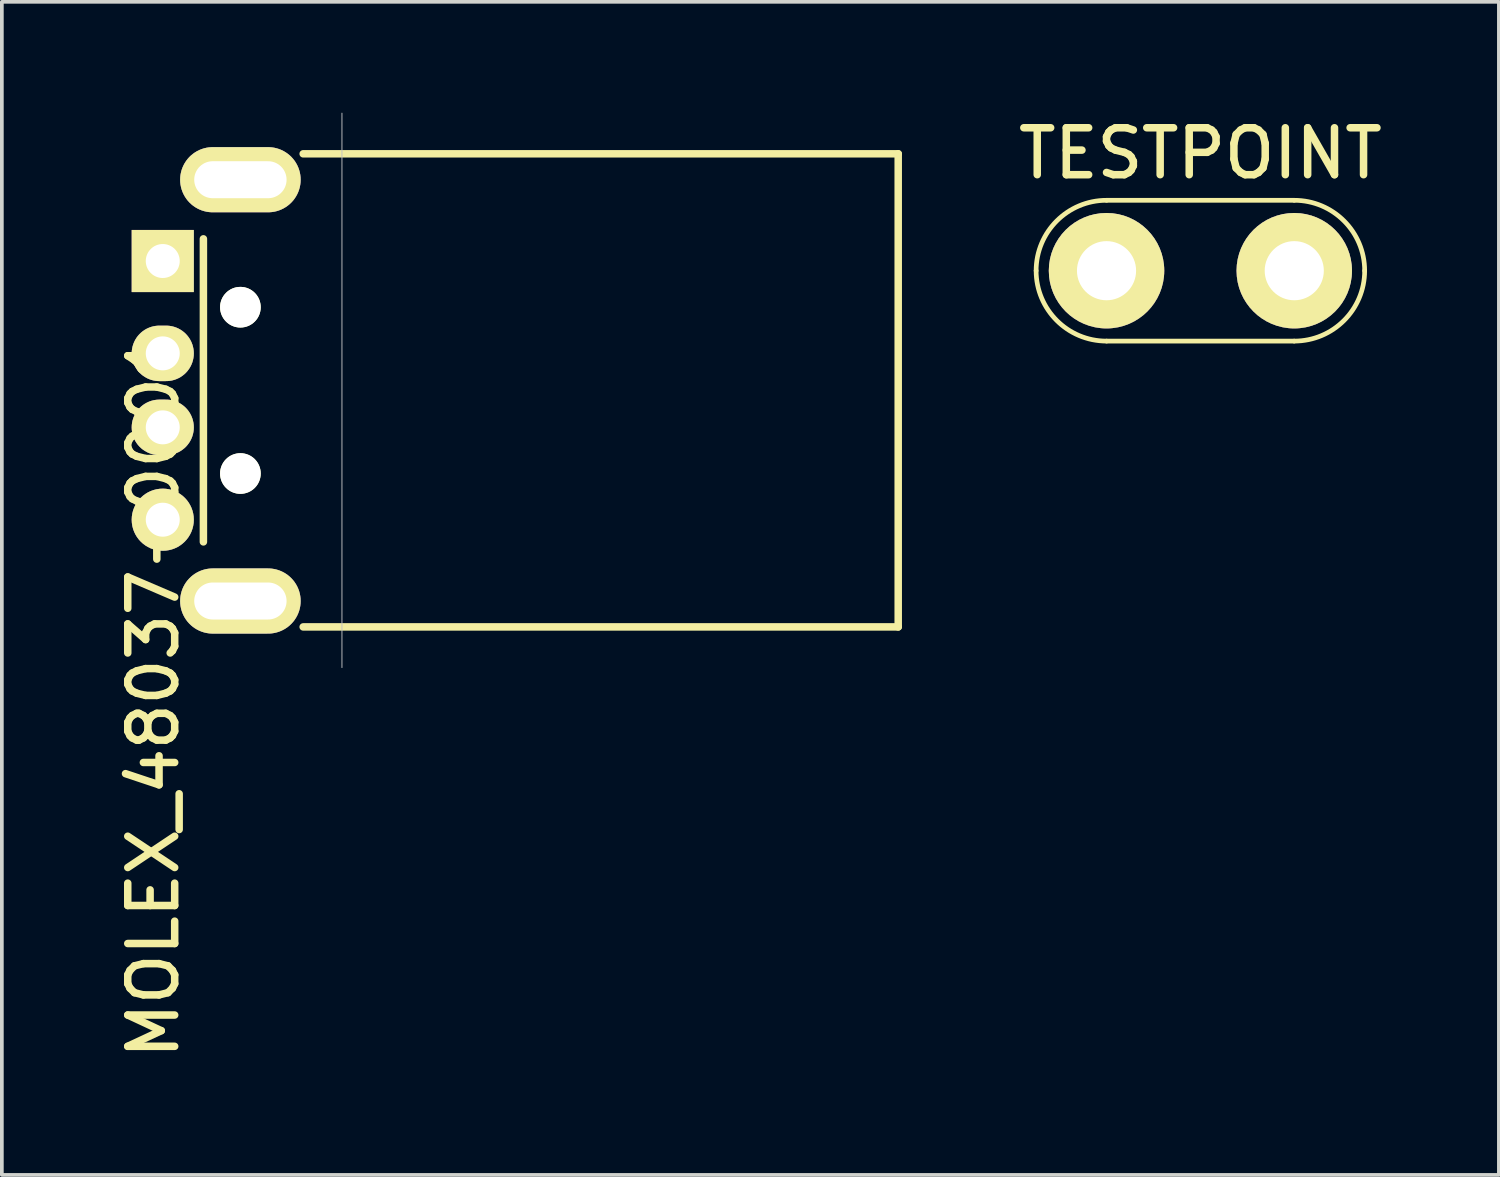
<source format=kicad_pcb>
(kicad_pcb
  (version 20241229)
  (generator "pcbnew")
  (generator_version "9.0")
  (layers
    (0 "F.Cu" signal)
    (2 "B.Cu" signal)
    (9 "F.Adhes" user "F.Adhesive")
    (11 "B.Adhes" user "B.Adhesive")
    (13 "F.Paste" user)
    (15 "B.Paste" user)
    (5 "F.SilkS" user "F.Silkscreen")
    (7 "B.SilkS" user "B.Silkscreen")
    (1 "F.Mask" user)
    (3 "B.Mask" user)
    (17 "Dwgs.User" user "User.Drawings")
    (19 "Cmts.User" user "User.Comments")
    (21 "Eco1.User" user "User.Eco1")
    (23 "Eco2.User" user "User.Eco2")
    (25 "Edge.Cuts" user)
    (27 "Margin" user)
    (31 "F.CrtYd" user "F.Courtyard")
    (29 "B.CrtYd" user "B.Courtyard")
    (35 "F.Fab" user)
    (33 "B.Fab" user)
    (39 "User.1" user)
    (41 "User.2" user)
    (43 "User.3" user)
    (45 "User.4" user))
  (footprint "MOLEX_48037-0001"
    (layer "F.Cu")
    (at 1.354 7.513)
    (property "Reference" "MOLEX_48037-0001" (at -0.254 8.255 90) (layer "F.SilkS") (effects (font (size 1.27 1.27) (thickness 0.203))))
    (attr through_hole)
    (fp_line (start 1.1 -4.1) (end 1.1 4.1) (stroke (width 0.203) (type solid)) (layer "F.SilkS"))
    (fp_line (start 3.8 -6.401) (end 19.901 -6.401) (stroke (width 0.203) (type solid)) (layer "F.SilkS"))
    (fp_line (start 3.8 6.401) (end 19.901 6.401) (stroke (width 0.203) (type solid)) (layer "F.SilkS"))
    (fp_line (start 19.901 6.401) (end 19.901 -6.401) (stroke (width 0.203) (type solid)) (layer "F.SilkS"))
    (fp_line (start 4.849 -7.501) (end 4.849 7.501) (stroke (width 0.025) (type solid)) (layer "Dwgs.User"))
    (pad "" np_thru_hole circle (at 2.101 -2.25) (size 1.1 1.1) (drill 1.1) (layers "*.Cu" "*.Mask" "F.SilkS"))
    (pad "" np_thru_hole circle (at 2.101 2.25) (size 1.1 1.1) (drill 1.1) (layers "*.Cu" "*.Mask" "F.SilkS"))
    (pad "1" thru_hole rect (at 0 -3.5) (size 1.681 1.681) (drill 0.919) (layers "*.Cu" "*.Mask" "F.SilkS"))
    (pad "2" thru_hole oval (at 0 -1.001) (size 1.681 1.501) (drill 0.919) (layers "*.Cu" "*.Mask" "F.SilkS"))
    (pad "3" thru_hole oval (at 0 1.001) (size 1.681 1.501) (drill 0.919) (layers "*.Cu" "*.Mask" "F.SilkS"))
    (pad "4" thru_hole circle (at 0 3.5) (size 1.681 1.681) (drill 0.919) (layers "*.Cu" "*.Mask" "F.SilkS"))
    (pad "5" thru_hole oval (at 2.101 -5.7) (size 3.261 1.763) (drill oval 2.499 1.001) (layers "*.Cu" "*.Mask" "F.SilkS"))
    (pad "5" thru_hole oval (at 2.101 5.7) (size 3.261 1.763) (drill oval 2.499 1.001) (layers "*.Cu" "*.Mask" "F.SilkS")))
  (footprint "TESTPOINT"
    (layer "F.Cu")
    (at 29.432 4.275)
    (property "Reference" "TESTPOINT" (at 0 -3.175 0) (layer "F.SilkS") (effects (font (size 1.27 1.27) (thickness 0.203))))
    (attr through_hole)
    (fp_line (start -2.54 1.905) (end 2.54 1.905) (stroke (width 0.127) (type solid)) (layer "F.SilkS"))
    (fp_line (start 2.54 -1.905) (end -2.54 -1.905) (stroke (width 0.127) (type solid)) (layer "F.SilkS"))
    (fp_arc (start -4.445 0) (mid -3.887038 -1.347038) (end -2.54 -1.905) (stroke (width 0.127) (type solid)) (layer "F.SilkS"))
    (fp_arc (start -2.54 1.905) (mid -3.887038 1.347038) (end -4.445 0) (stroke (width 0.127) (type solid)) (layer "F.SilkS"))
    (fp_arc (start 2.54 -1.905) (mid 3.887038 -1.347038) (end 4.445 0) (stroke (width 0.127) (type solid)) (layer "F.SilkS"))
    (fp_arc (start 4.445 0) (mid 3.887038 1.347038) (end 2.54 1.905) (stroke (width 0.127) (type solid)) (layer "F.SilkS"))
    (pad "1" thru_hole circle (at -2.54 0) (size 3.124 3.124) (drill 1.6) (layers "*.Cu" "*.Mask" "F.SilkS"))
    (pad "1" thru_hole circle (at 2.54 0) (size 3.124 3.124) (drill 1.6) (layers "*.Cu" "*.Mask" "F.SilkS")))
  (gr_rect
    (start -3 -3)
    (end 37.509 28.743)
    (stroke (width 0.1) (type default))
    (fill no)
    (layer "Edge.Cuts")))
</source>
